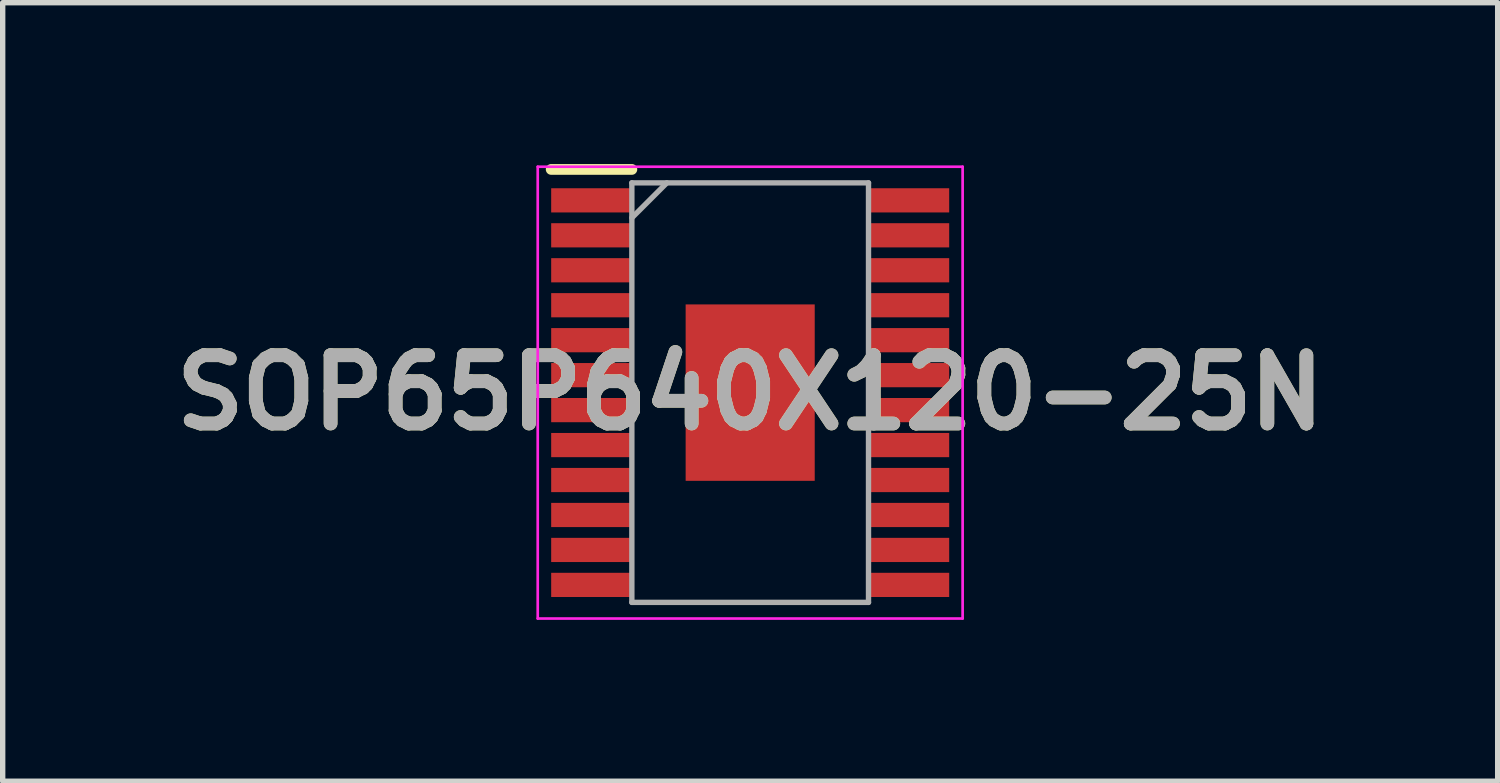
<source format=kicad_pcb>
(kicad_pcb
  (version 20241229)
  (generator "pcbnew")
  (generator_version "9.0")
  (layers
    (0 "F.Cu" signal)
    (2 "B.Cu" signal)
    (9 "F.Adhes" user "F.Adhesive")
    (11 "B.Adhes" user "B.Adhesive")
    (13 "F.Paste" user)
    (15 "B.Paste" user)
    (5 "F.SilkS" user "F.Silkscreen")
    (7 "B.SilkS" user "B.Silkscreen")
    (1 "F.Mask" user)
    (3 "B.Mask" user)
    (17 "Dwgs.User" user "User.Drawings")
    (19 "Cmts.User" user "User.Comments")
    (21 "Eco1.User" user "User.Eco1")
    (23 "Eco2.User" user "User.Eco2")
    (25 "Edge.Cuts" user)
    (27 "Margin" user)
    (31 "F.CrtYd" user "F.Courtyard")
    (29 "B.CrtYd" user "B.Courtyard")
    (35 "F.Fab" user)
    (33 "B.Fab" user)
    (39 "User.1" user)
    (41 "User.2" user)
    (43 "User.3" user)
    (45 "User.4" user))
  (footprint "SOP65P640X120-25N"
    (layer "F.Cu")
    (at 10.898 4.25)
    (property "Reference" "SOP65P640X120-25N" (at 0 0 0) (layer "F.SilkS") (effects (font (size 1.27 1.27) (thickness 0.254))))
    (attr smd)
    (fp_line (start -3.7 -4.15) (end -2.2 -4.15) (stroke (width 0.2) (type solid)) (layer "F.SilkS"))
    (fp_line (start -3.95 -4.2) (end 3.95 -4.2) (stroke (width 0.05) (type solid)) (layer "F.CrtYd"))
    (fp_line (start -3.95 4.2) (end -3.95 -4.2) (stroke (width 0.05) (type solid)) (layer "F.CrtYd"))
    (fp_line (start 3.95 -4.2) (end 3.95 4.2) (stroke (width 0.05) (type solid)) (layer "F.CrtYd"))
    (fp_line (start 3.95 4.2) (end -3.95 4.2) (stroke (width 0.05) (type solid)) (layer "F.CrtYd"))
    (fp_line (start -2.2 -3.9) (end 2.2 -3.9) (stroke (width 0.1) (type solid)) (layer "F.Fab"))
    (fp_line (start -2.2 -3.25) (end -1.55 -3.9) (stroke (width 0.1) (type solid)) (layer "F.Fab"))
    (fp_line (start -2.2 3.9) (end -2.2 -3.9) (stroke (width 0.1) (type solid)) (layer "F.Fab"))
    (fp_line (start 2.2 -3.9) (end 2.2 3.9) (stroke (width 0.1) (type solid)) (layer "F.Fab"))
    (fp_line (start 2.2 3.9) (end -2.2 3.9) (stroke (width 0.1) (type solid)) (layer "F.Fab"))
    (fp_text user "${REFERENCE}" (at 0 0 0) (layer "F.Fab") (effects (font (size 1.27 1.27) (thickness 0.254))))
    (pad "1" smd rect (at -2.95 -3.575 90) (size 0.45 1.5) (layers "F.Cu" "F.Mask" "F.Paste"))
    (pad "2" smd rect (at -2.95 -2.925 90) (size 0.45 1.5) (layers "F.Cu" "F.Mask" "F.Paste"))
    (pad "3" smd rect (at -2.95 -2.275 90) (size 0.45 1.5) (layers "F.Cu" "F.Mask" "F.Paste"))
    (pad "4" smd rect (at -2.95 -1.625 90) (size 0.45 1.5) (layers "F.Cu" "F.Mask" "F.Paste"))
    (pad "5" smd rect (at -2.95 -0.975 90) (size 0.45 1.5) (layers "F.Cu" "F.Mask" "F.Paste"))
    (pad "6" smd rect (at -2.95 -0.325 90) (size 0.45 1.5) (layers "F.Cu" "F.Mask" "F.Paste"))
    (pad "7" smd rect (at -2.95 0.325 90) (size 0.45 1.5) (layers "F.Cu" "F.Mask" "F.Paste"))
    (pad "8" smd rect (at -2.95 0.975 90) (size 0.45 1.5) (layers "F.Cu" "F.Mask" "F.Paste"))
    (pad "9" smd rect (at -2.95 1.625 90) (size 0.45 1.5) (layers "F.Cu" "F.Mask" "F.Paste"))
    (pad "10" smd rect (at -2.95 2.275 90) (size 0.45 1.5) (layers "F.Cu" "F.Mask" "F.Paste"))
    (pad "11" smd rect (at -2.95 2.925 90) (size 0.45 1.5) (layers "F.Cu" "F.Mask" "F.Paste"))
    (pad "12" smd rect (at -2.95 3.575 90) (size 0.45 1.5) (layers "F.Cu" "F.Mask" "F.Paste"))
    (pad "13" smd rect (at 2.95 3.575 90) (size 0.45 1.5) (layers "F.Cu" "F.Mask" "F.Paste"))
    (pad "14" smd rect (at 2.95 2.925 90) (size 0.45 1.5) (layers "F.Cu" "F.Mask" "F.Paste"))
    (pad "15" smd rect (at 2.95 2.275 90) (size 0.45 1.5) (layers "F.Cu" "F.Mask" "F.Paste"))
    (pad "16" smd rect (at 2.95 1.625 90) (size 0.45 1.5) (layers "F.Cu" "F.Mask" "F.Paste"))
    (pad "17" smd rect (at 2.95 0.975 90) (size 0.45 1.5) (layers "F.Cu" "F.Mask" "F.Paste"))
    (pad "18" smd rect (at 2.95 0.325 90) (size 0.45 1.5) (layers "F.Cu" "F.Mask" "F.Paste"))
    (pad "19" smd rect (at 2.95 -0.325 90) (size 0.45 1.5) (layers "F.Cu" "F.Mask" "F.Paste"))
    (pad "20" smd rect (at 2.95 -0.975 90) (size 0.45 1.5) (layers "F.Cu" "F.Mask" "F.Paste"))
    (pad "21" smd rect (at 2.95 -1.625 90) (size 0.45 1.5) (layers "F.Cu" "F.Mask" "F.Paste"))
    (pad "22" smd rect (at 2.95 -2.275 90) (size 0.45 1.5) (layers "F.Cu" "F.Mask" "F.Paste"))
    (pad "23" smd rect (at 2.95 -2.925 90) (size 0.45 1.5) (layers "F.Cu" "F.Mask" "F.Paste"))
    (pad "24" smd rect (at 2.95 -3.575 90) (size 0.45 1.5) (layers "F.Cu" "F.Mask" "F.Paste"))
    (pad "25" smd rect (at 0 0) (size 2.4 3.28) (layers "F.Cu" "F.Mask" "F.Paste")))
  (gr_rect
    (start -3 -3)
    (end 24.796 11.475)
    (stroke (width 0.1) (type default))
    (fill no)
    (layer "Edge.Cuts")))
</source>
